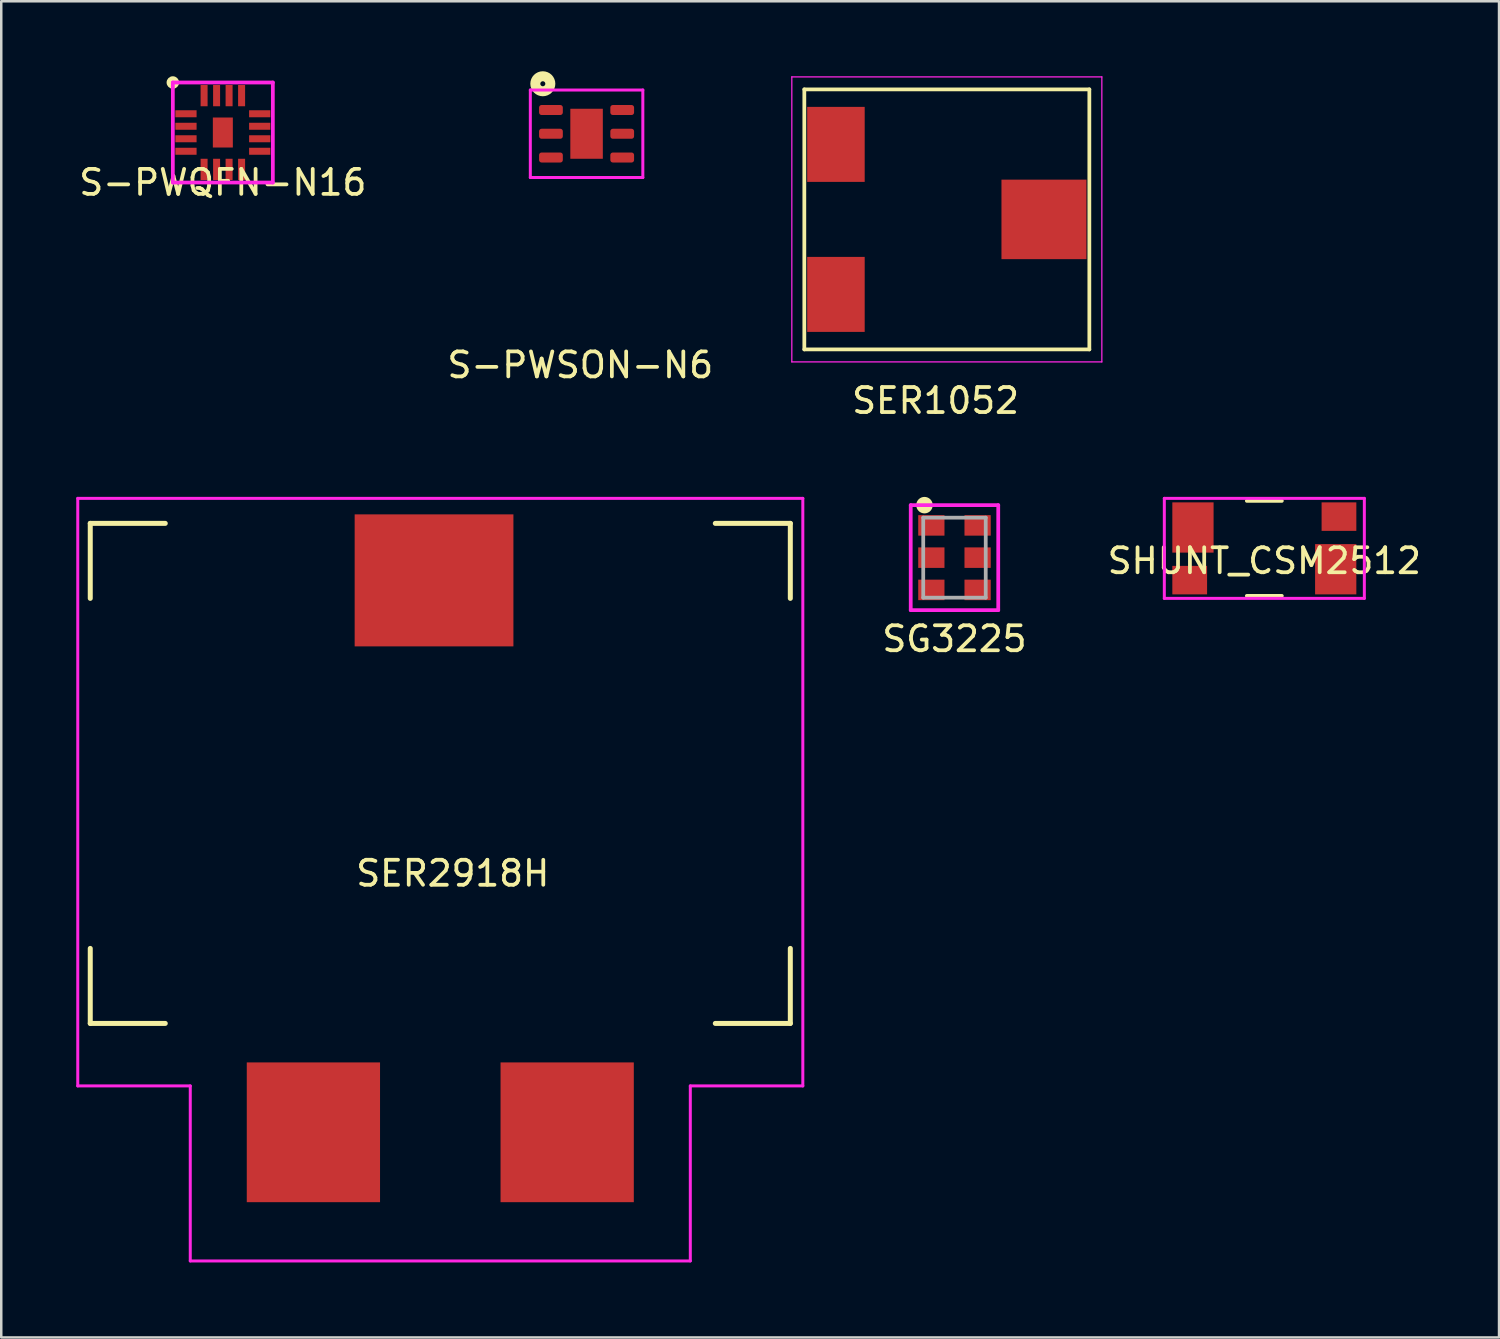
<source format=kicad_pcb>
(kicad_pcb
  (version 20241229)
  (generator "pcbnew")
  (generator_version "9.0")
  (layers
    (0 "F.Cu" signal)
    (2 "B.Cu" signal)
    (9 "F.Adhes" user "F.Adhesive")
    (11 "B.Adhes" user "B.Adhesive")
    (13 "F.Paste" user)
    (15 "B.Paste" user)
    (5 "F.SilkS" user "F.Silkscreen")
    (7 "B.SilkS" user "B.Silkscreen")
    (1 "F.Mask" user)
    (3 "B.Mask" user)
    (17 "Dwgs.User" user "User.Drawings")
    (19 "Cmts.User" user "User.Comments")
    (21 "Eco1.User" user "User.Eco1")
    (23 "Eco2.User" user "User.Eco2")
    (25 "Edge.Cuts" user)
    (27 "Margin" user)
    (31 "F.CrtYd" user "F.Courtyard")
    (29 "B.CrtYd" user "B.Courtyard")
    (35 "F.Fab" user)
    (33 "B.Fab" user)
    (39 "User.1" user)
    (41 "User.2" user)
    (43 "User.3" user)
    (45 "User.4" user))
  (footprint "SER1052"
    (layer "F.Cu")
    (at 34.27 5.725)
    (property "Reference" "SER1052" (at 0.1 7.25 0) (layer "F.SilkS") (effects (font (size 1 1) (thickness 0.15))))
    (attr through_hole)
    (fp_line (start -5.15 -5.2) (end -5.15 5.2) (stroke (width 0.15) (type solid)) (layer "F.SilkS"))
    (fp_line (start -5.15 5.2) (end 6.25 5.2) (stroke (width 0.15) (type solid)) (layer "F.SilkS"))
    (fp_line (start 6.25 -5.2) (end -5.15 -5.2) (stroke (width 0.15) (type solid)) (layer "F.SilkS"))
    (fp_line (start 6.25 5.2) (end 6.25 -5.2) (stroke (width 0.15) (type solid)) (layer "F.SilkS"))
    (fp_line (start -5.65 -5.7) (end -5.65 5.7) (stroke (width 0.05) (type solid)) (layer "F.CrtYd"))
    (fp_line (start -5.65 5.7) (end 6.75 5.7) (stroke (width 0.05) (type solid)) (layer "F.CrtYd"))
    (fp_line (start 6.75 -5.7) (end -5.65 -5.7) (stroke (width 0.05) (type solid)) (layer "F.CrtYd"))
    (fp_line (start 6.75 5.7) (end 6.75 -5.7) (stroke (width 0.05) (type solid)) (layer "F.CrtYd"))
    (pad "" smd rect (at 4.435 0) (size 3.4 3.18) (layers "F.Cu" "F.Mask" "F.Paste"))
    (pad "1" smd rect (at -3.885 -3) (size 2.3 3) (layers "F.Cu" "F.Mask" "F.Paste"))
    (pad "2" smd rect (at -3.885 3) (size 2.3 3) (layers "F.Cu" "F.Mask" "F.Paste")))
  (footprint "SG3225"
    (layer "F.Cu")
    (at 35.126 19.254)
    (property "Reference" "SG3225" (at 0 3.25 0) (layer "F.SilkS") (effects (font (size 1 1) (thickness 0.15))))
    (attr through_hole)
    (fp_circle (center -1.2 -2.1) (end -1.02 -2.1) (stroke (width 0.3) (type solid)) (fill no) (layer "F.SilkS"))
    (fp_line (start -1.75 -2.1) (end -1.75 2.1) (stroke (width 0.15) (type solid)) (layer "F.CrtYd"))
    (fp_line (start -1.75 2.1) (end 1.75 2.1) (stroke (width 0.15) (type solid)) (layer "F.CrtYd"))
    (fp_line (start 1.75 -2.1) (end -1.75 -2.1) (stroke (width 0.15) (type solid)) (layer "F.CrtYd"))
    (fp_line (start 1.75 2.1) (end 1.75 -2.1) (stroke (width 0.15) (type solid)) (layer "F.CrtYd"))
    (fp_line (start -1.25 -1.6) (end 1.25 -1.6) (stroke (width 0.15) (type solid)) (layer "F.Fab"))
    (fp_line (start -1.25 1.6) (end -1.25 -1.6) (stroke (width 0.15) (type solid)) (layer "F.Fab"))
    (fp_line (start 1.25 -1.6) (end 1.25 1.6) (stroke (width 0.15) (type solid)) (layer "F.Fab"))
    (fp_line (start 1.25 1.6) (end -1.25 1.6) (stroke (width 0.15) (type solid)) (layer "F.Fab"))
    (pad "1" smd rect (at -0.925 -1.29 180) (size 1.05 0.82) (layers "F.Cu" "F.Mask" "F.Paste"))
    (pad "2" smd rect (at -0.925 0 180) (size 1.05 0.82) (layers "F.Cu" "F.Mask" "F.Paste"))
    (pad "3" smd rect (at -0.925 1.29 180) (size 1.05 0.82) (layers "F.Cu" "F.Mask" "F.Paste"))
    (pad "4" smd rect (at 0.925 1.29 180) (size 1.05 0.82) (layers "F.Cu" "F.Mask" "F.Paste"))
    (pad "5" smd rect (at 0.925 0 180) (size 1.05 0.82) (layers "F.Cu" "F.Mask" "F.Paste"))
    (pad "6" smd rect (at 0.925 -1.29 180) (size 1.05 0.82) (layers "F.Cu" "F.Mask" "F.Paste")))
  (footprint "SER2918H"
    (layer "F.Cu")
    (at 14.56 27.883)
    (property "Reference" "SER2918H" (at 0.5 4 0) (layer "F.SilkS") (effects (font (size 1 1) (thickness 0.15))))
    (attr through_hole)
    (fp_line (start -14 -10) (end -14 -7) (stroke (width 0.2) (type solid)) (layer "F.SilkS"))
    (fp_line (start -14 -10) (end -11 -10) (stroke (width 0.2) (type solid)) (layer "F.SilkS"))
    (fp_line (start -14 10) (end -14 7) (stroke (width 0.2) (type solid)) (layer "F.SilkS"))
    (fp_line (start -14 10) (end -11 10) (stroke (width 0.2) (type solid)) (layer "F.SilkS"))
    (fp_line (start 14 -10) (end 11 -10) (stroke (width 0.2) (type solid)) (layer "F.SilkS"))
    (fp_line (start 14 -10) (end 14 -7) (stroke (width 0.2) (type solid)) (layer "F.SilkS"))
    (fp_line (start 14 10) (end 11 10) (stroke (width 0.2) (type solid)) (layer "F.SilkS"))
    (fp_line (start 14 10) (end 14 7) (stroke (width 0.2) (type solid)) (layer "F.SilkS"))
    (fp_line (start -14.5 -11) (end 14.5 -11) (stroke (width 0.12) (type solid)) (layer "F.CrtYd"))
    (fp_line (start -14.5 12.5) (end -14.5 -11) (stroke (width 0.12) (type solid)) (layer "F.CrtYd"))
    (fp_line (start -10 12.5) (end -14.5 12.5) (stroke (width 0.12) (type solid)) (layer "F.CrtYd"))
    (fp_line (start -10 19.5) (end -10 12.5) (stroke (width 0.12) (type solid)) (layer "F.CrtYd"))
    (fp_line (start 10 12.5) (end 10 19.5) (stroke (width 0.12) (type solid)) (layer "F.CrtYd"))
    (fp_line (start 10 19.5) (end -10 19.5) (stroke (width 0.12) (type solid)) (layer "F.CrtYd"))
    (fp_line (start 14.5 -11) (end 14.5 12.5) (stroke (width 0.12) (type solid)) (layer "F.CrtYd"))
    (fp_line (start 14.5 12.5) (end 10 12.5) (stroke (width 0.12) (type solid)) (layer "F.CrtYd"))
    (pad "" smd rect (at -0.25 -7.72) (size 6.35 5.28) (layers "F.Cu" "F.Mask" "F.Paste"))
    (pad "1" smd rect (at -5.075 14.355) (size 5.33 5.59) (layers "F.Cu" "F.Mask" "F.Paste"))
    (pad "2" smd rect (at 5.075 14.355) (size 5.33 5.59) (layers "F.Cu" "F.Mask" "F.Paste")))
  (footprint "S-PWSON-N6"
    (layer "F.Cu")
    (at 20.411 2.3)
    (property "Reference" "S-PWSON-N6" (at -0.25 9.25 0) (layer "F.SilkS") (effects (font (size 1 1) (thickness 0.15))))
    (attr through_hole)
    (fp_circle (center -1.75 -2) (end -1.65 -2) (stroke (width 0.4) (type solid)) (fill no) (layer "F.SilkS"))
    (fp_line (start -2.25 -1.75) (end -2.25 1.75) (stroke (width 0.12) (type solid)) (layer "F.CrtYd"))
    (fp_line (start -2.25 1.75) (end 2.25 1.75) (stroke (width 0.12) (type solid)) (layer "F.CrtYd"))
    (fp_line (start 2.25 -1.75) (end -2.25 -1.75) (stroke (width 0.12) (type solid)) (layer "F.CrtYd"))
    (fp_line (start 2.25 1.75) (end 2.25 -1.75) (stroke (width 0.12) (type solid)) (layer "F.CrtYd"))
    (pad "1" smd roundrect (at -1.425 -0.95) (size 0.95 0.4) (layers "F.Cu" "F.Mask" "F.Paste") (roundrect_rratio 0.25))
    (pad "2" smd roundrect (at -1.425 0) (size 0.95 0.4) (layers "F.Cu" "F.Mask" "F.Paste") (roundrect_rratio 0.25))
    (pad "3" smd roundrect (at -1.425 0.95) (size 0.95 0.4) (layers "F.Cu" "F.Mask" "F.Paste") (roundrect_rratio 0.25))
    (pad "4" smd roundrect (at 1.425 0.95) (size 0.95 0.4) (layers "F.Cu" "F.Mask" "F.Paste") (roundrect_rratio 0.25))
    (pad "5" smd roundrect (at 1.425 0) (size 0.95 0.4) (layers "F.Cu" "F.Mask" "F.Paste") (roundrect_rratio 0.25))
    (pad "6" smd roundrect (at 1.425 -0.95) (size 0.95 0.4) (layers "F.Cu" "F.Mask" "F.Paste") (roundrect_rratio 0.25))
    (pad "7" smd rect (at 0 0) (size 1.3 2) (layers "F.Cu" "F.Mask" "F.Paste")))
  (footprint "S-PWQFN-N16"
    (layer "F.Cu")
    (at 5.863 2.25)
    (property "Reference" "S-PWQFN-N16" (at 0 2 0) (layer "F.SilkS") (effects (font (size 1 1) (thickness 0.15))))
    (attr through_hole)
    (fp_circle (center -2 -2) (end -1.85 -2) (stroke (width 0.2) (type solid)) (fill no) (layer "F.SilkS"))
    (fp_line (start -2 -2) (end 2 -2) (stroke (width 0.15) (type solid)) (layer "F.CrtYd"))
    (fp_line (start -2 2) (end -2 -2) (stroke (width 0.15) (type solid)) (layer "F.CrtYd"))
    (fp_line (start 2 -2) (end 2 2) (stroke (width 0.15) (type solid)) (layer "F.CrtYd"))
    (fp_line (start 2 2) (end -2 2) (stroke (width 0.15) (type solid)) (layer "F.CrtYd"))
    (pad "1" smd rect (at -1.475 -0.75) (size 0.85 0.28) (layers "F.Cu" "F.Mask" "F.Paste"))
    (pad "2" smd rect (at -1.475 -0.25) (size 0.85 0.28) (layers "F.Cu" "F.Mask" "F.Paste"))
    (pad "3" smd rect (at -1.475 0.25) (size 0.85 0.28) (layers "F.Cu" "F.Mask" "F.Paste"))
    (pad "4" smd rect (at -1.475 0.75) (size 0.85 0.28) (layers "F.Cu" "F.Mask" "F.Paste"))
    (pad "5" smd rect (at -0.75 1.475 90) (size 0.85 0.28) (layers "F.Cu" "F.Mask" "F.Paste"))
    (pad "6" smd rect (at -0.25 1.475 90) (size 0.85 0.28) (layers "F.Cu" "F.Mask" "F.Paste"))
    (pad "7" smd rect (at 0.25 1.475 90) (size 0.85 0.28) (layers "F.Cu" "F.Mask" "F.Paste"))
    (pad "8" smd rect (at 0.75 1.475 90) (size 0.85 0.28) (layers "F.Cu" "F.Mask" "F.Paste"))
    (pad "9" smd rect (at 1.475 0.75) (size 0.85 0.28) (layers "F.Cu" "F.Mask" "F.Paste"))
    (pad "10" smd rect (at 1.475 0.25) (size 0.85 0.28) (layers "F.Cu" "F.Mask" "F.Paste"))
    (pad "11" smd rect (at 1.475 -0.25) (size 0.85 0.28) (layers "F.Cu" "F.Mask" "F.Paste"))
    (pad "12" smd rect (at 1.475 -0.75) (size 0.85 0.28) (layers "F.Cu" "F.Mask" "F.Paste"))
    (pad "13" smd rect (at 0.75 -1.475 90) (size 0.85 0.28) (layers "F.Cu" "F.Mask" "F.Paste"))
    (pad "14" smd rect (at 0.25 -1.475 90) (size 0.85 0.28) (layers "F.Cu" "F.Mask" "F.Paste"))
    (pad "15" smd rect (at -0.25 -1.475 90) (size 0.85 0.28) (layers "F.Cu" "F.Mask" "F.Paste"))
    (pad "16" smd rect (at -0.75 -1.475 90) (size 0.85 0.28) (layers "F.Cu" "F.Mask" "F.Paste"))
    (pad "17" smd rect (at 0 0 180) (size 0.8 1.2) (layers "F.Cu" "F.Mask" "F.Paste")))
  (footprint "SHUNT_CSM2512"
    (layer "F.Cu")
    (at 47.519 18.883)
    (property "Reference" "SHUNT_CSM2512" (at 0 0.5 0) (layer "F.SilkS") (effects (font (size 1 1) (thickness 0.15))))
    (attr through_hole)
    (fp_line (start -0.7 -1.9) (end 0.7 -1.9) (stroke (width 0.15) (type solid)) (layer "F.SilkS"))
    (fp_line (start -0.7 1.9) (end 0.7 1.9) (stroke (width 0.15) (type solid)) (layer "F.SilkS"))
    (fp_line (start -4 -2) (end -4 2) (stroke (width 0.12) (type solid)) (layer "F.CrtYd"))
    (fp_line (start -4 2) (end 4 2) (stroke (width 0.12) (type solid)) (layer "F.CrtYd"))
    (fp_line (start 4 -2) (end -4 -2) (stroke (width 0.12) (type solid)) (layer "F.CrtYd"))
    (fp_line (start 4 2) (end 4 -2) (stroke (width 0.12) (type solid)) (layer "F.CrtYd"))
    (pad "1" smd rect (at -2.855 -0.835) (size 1.65 2.01) (layers "F.Cu" "F.Mask" "F.Paste"))
    (pad "2" smd rect (at -2.985 1.27) (size 1.39 1.14) (layers "F.Cu" "F.Mask" "F.Paste"))
    (pad "3" smd rect (at 2.985 -1.27) (size 1.39 1.14) (layers "F.Cu" "F.Mask" "F.Paste"))
    (pad "4" smd rect (at 2.855 0.835) (size 1.65 2.01) (layers "F.Cu" "F.Mask" "F.Paste")))
  (gr_rect
    (start -3 -3)
    (end 56.906 50.443)
    (stroke (width 0.1) (type default))
    (fill no)
    (layer "Edge.Cuts")))
</source>
